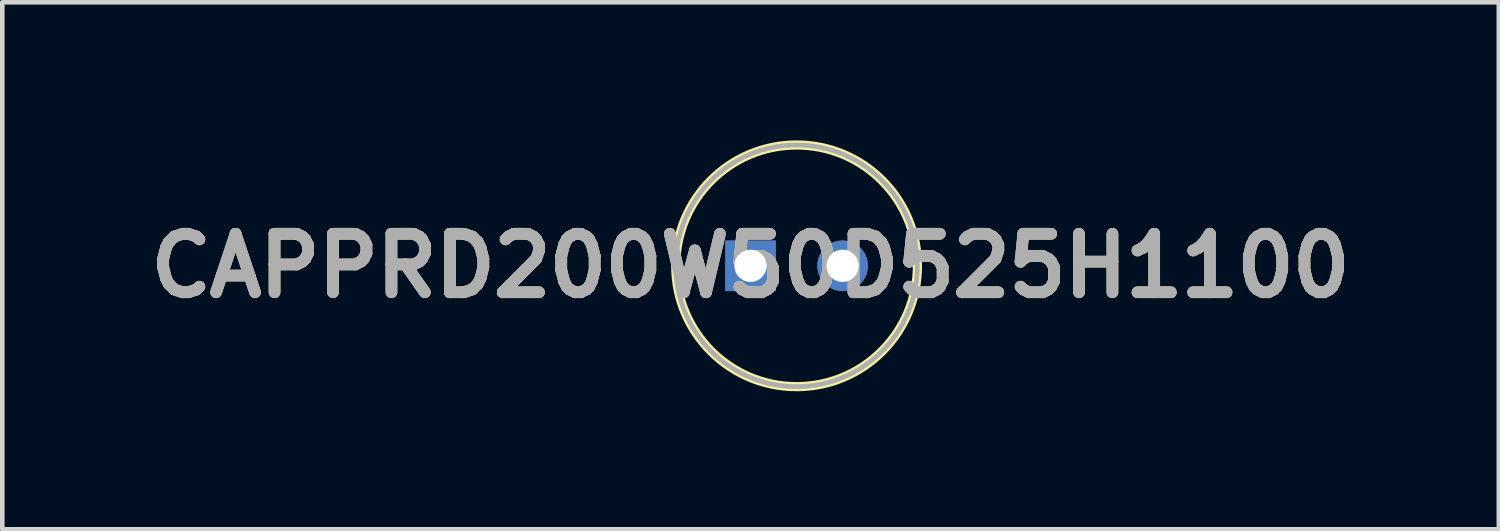
<source format=kicad_pcb>
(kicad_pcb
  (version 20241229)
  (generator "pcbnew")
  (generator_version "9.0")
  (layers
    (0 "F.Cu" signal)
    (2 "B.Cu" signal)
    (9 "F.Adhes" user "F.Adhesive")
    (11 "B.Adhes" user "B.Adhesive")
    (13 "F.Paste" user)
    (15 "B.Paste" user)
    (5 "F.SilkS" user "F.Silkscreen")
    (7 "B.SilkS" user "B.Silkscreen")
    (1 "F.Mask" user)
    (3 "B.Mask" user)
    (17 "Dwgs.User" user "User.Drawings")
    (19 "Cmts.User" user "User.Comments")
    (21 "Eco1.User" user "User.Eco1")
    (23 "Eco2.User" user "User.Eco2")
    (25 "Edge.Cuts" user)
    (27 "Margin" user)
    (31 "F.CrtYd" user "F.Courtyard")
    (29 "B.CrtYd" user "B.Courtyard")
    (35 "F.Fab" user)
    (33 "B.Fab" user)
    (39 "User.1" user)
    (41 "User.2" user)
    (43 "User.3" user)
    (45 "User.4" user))
  (footprint "CAPPRD200W50D525H1100"
    (layer "F.Cu")
    (at 13.256 2.725)
    (property "Reference" "CAPPRD200W50D525H1100" (at 0 0 0) (layer "F.SilkS") (effects (font (size 1.27 1.27) (thickness 0.254))))
    (attr through_hole)
    (fp_circle (center 1 0) (end 1 2.625) (stroke (width 0.2) (type solid)) (fill no) (layer "F.SilkS"))
    (fp_circle (center 1 0) (end 1 2.625) (stroke (width 0.1) (type solid)) (fill no) (layer "F.Fab"))
    (fp_text user "${REFERENCE}" (at 0 0 0) (layer "F.Fab") (effects (font (size 1.27 1.27) (thickness 0.254))))
    (pad "1" thru_hole rect (at 0 0) (size 1.1 1.1) (drill 0.7) (layers "*.Cu" "*.Mask"))
    (pad "2" thru_hole circle (at 2 0) (size 1.1 1.1) (drill 0.7) (layers "*.Cu" "*.Mask")))
  (gr_rect
    (start -3 -3)
    (end 29.513 8.45)
    (stroke (width 0.1) (type default))
    (fill no)
    (layer "Edge.Cuts")))
</source>
